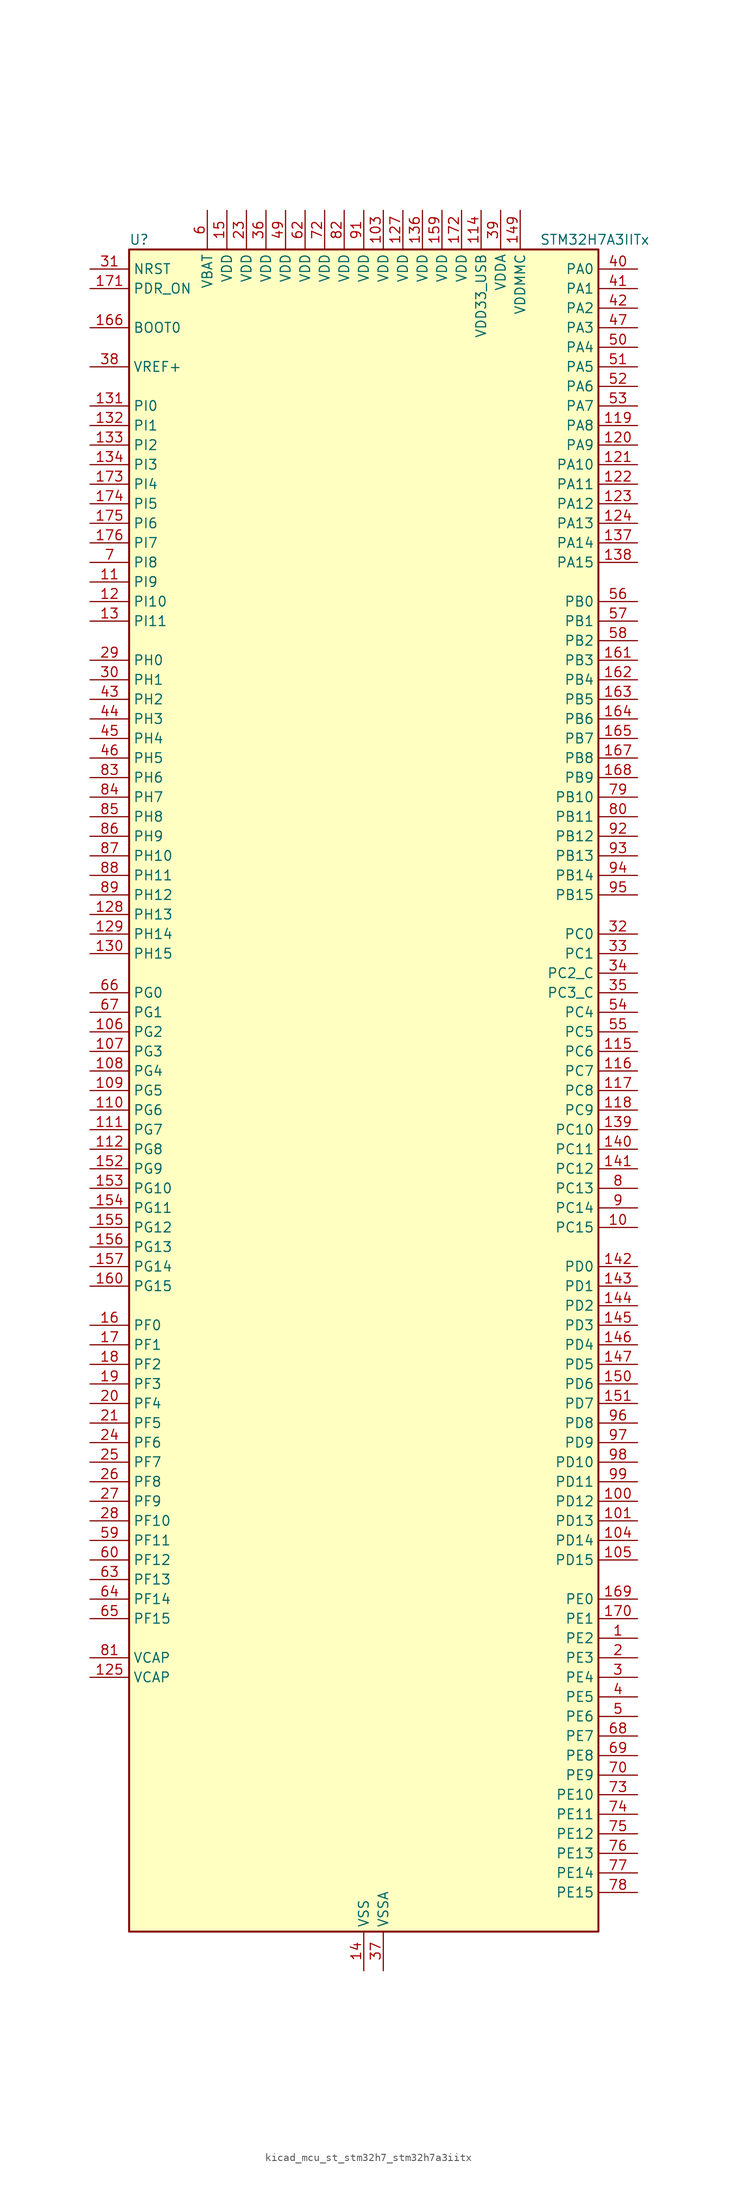
<source format=kicad_sym>
(kicad_symbol_lib
  (version 20220914)
  (generator kicad_symbol_editor)
  (symbol "kicad_mcu_st_stm32h7_stm32h7a3iitx"
    (property "Reference" "U"
      (at -30.48 110.49 0)
      (effects (font (size 1.27 1.27)) (justify left)))
    (property "Value" "STM32H7A3IITx"
      (at 22.86 110.49 0)
      (effects (font (size 1.27 1.27)) (justify left)))
    (property "ki_locked" ""
      (at 0 0 0)
      (effects (font (size 1.27 1.27))))
    (symbol "kicad_mcu_st_stm32h7_stm32h7a3iitx_0_1"
      (rectangle (start -30.48 -109.22) (end 30.48 109.22) (stroke (width 0.254) (type default)) (fill (type background))))
    (symbol "kicad_mcu_st_stm32h7_stm32h7a3iitx_1_1"
      (pin bidirectional line (at 35.56 -71.12 180) (length 5.08) (name "PE2" (effects (font (size 1.27 1.27)))) (number "1" (effects (font (size 1.27 1.27)))) (alternate "DEBUG_TRACECLK" bidirectional line) (alternate "FMC_A23" bidirectional line) (alternate "OCTOSPIM_P1_IO2" bidirectional line) (alternate "SAI1_CK1" bidirectional line) (alternate "SAI1_MCLK_A" bidirectional line) (alternate "SPI4_SCK" bidirectional line) (alternate "USART10_RX" bidirectional line))
      (pin bidirectional line (at 35.56 -17.78 180) (length 5.08) (name "PC15" (effects (font (size 1.27 1.27)))) (number "10" (effects (font (size 1.27 1.27)))) (alternate "ADC1_EXTI15" bidirectional line) (alternate "ADC2_EXTI15" bidirectional line) (alternate "RCC_OSC32_OUT" bidirectional line))
      (pin bidirectional line (at 35.56 -53.34 180) (length 5.08) (name "PD12" (effects (font (size 1.27 1.27)))) (number "100" (effects (font (size 1.27 1.27)))) (alternate "DCMI_D12" bidirectional line) (alternate "FMC_A17" bidirectional line) (alternate "FMC_ALE" bidirectional line) (alternate "I2C4_SCL" bidirectional line) (alternate "LPTIM1_IN1" bidirectional line) (alternate "LPTIM2_IN1" bidirectional line) (alternate "OCTOSPIM_P1_IO1" bidirectional line) (alternate "PSSI_D12" bidirectional line) (alternate "SAI2_FS_A" bidirectional line) (alternate "TIM4_CH1" bidirectional line) (alternate "USART3_DE" bidirectional line) (alternate "USART3_RTS" bidirectional line))
      (pin bidirectional line (at 35.56 -55.88 180) (length 5.08) (name "PD13" (effects (font (size 1.27 1.27)))) (number "101" (effects (font (size 1.27 1.27)))) (alternate "DCMI_D13" bidirectional line) (alternate "FMC_A18" bidirectional line) (alternate "I2C4_SDA" bidirectional line) (alternate "LPTIM1_OUT" bidirectional line) (alternate "OCTOSPIM_P1_IO3" bidirectional line) (alternate "PSSI_D13" bidirectional line) (alternate "SAI2_SCK_A" bidirectional line) (alternate "TIM4_CH2" bidirectional line) (alternate "UART9_DE" bidirectional line) (alternate "UART9_RTS" bidirectional line))
      (pin passive line (at 0 -114.3 90) (length 5.08) hide (name "VSS" (effects (font (size 1.27 1.27)))) (number "102" (effects (font (size 1.27 1.27)))))
      (pin power_in line (at 2.54 114.3 270) (length 5.08) (name "VDD" (effects (font (size 1.27 1.27)))) (number "103" (effects (font (size 1.27 1.27)))))
      (pin bidirectional line (at 35.56 -58.42 180) (length 5.08) (name "PD14" (effects (font (size 1.27 1.27)))) (number "104" (effects (font (size 1.27 1.27)))) (alternate "FMC_D0" bidirectional line) (alternate "FMC_DA0" bidirectional line) (alternate "TIM4_CH3" bidirectional line) (alternate "UART8_CTS" bidirectional line) (alternate "UART9_RX" bidirectional line))
      (pin bidirectional line (at 35.56 -60.96 180) (length 5.08) (name "PD15" (effects (font (size 1.27 1.27)))) (number "105" (effects (font (size 1.27 1.27)))) (alternate "ADC1_EXTI15" bidirectional line) (alternate "ADC2_EXTI15" bidirectional line) (alternate "FMC_D1" bidirectional line) (alternate "FMC_DA1" bidirectional line) (alternate "TIM4_CH4" bidirectional line) (alternate "UART8_DE" bidirectional line) (alternate "UART8_RTS" bidirectional line) (alternate "UART9_TX" bidirectional line))
      (pin bidirectional line (at -35.56 7.62 0) (length 5.08) (name "PG2" (effects (font (size 1.27 1.27)))) (number "106" (effects (font (size 1.27 1.27)))) (alternate "FMC_A12" bidirectional line) (alternate "TIM8_BKIN" bidirectional line) (alternate "TIM8_BKIN_COMP1" bidirectional line) (alternate "TIM8_BKIN_COMP2" bidirectional line))
      (pin bidirectional line (at -35.56 5.08 0) (length 5.08) (name "PG3" (effects (font (size 1.27 1.27)))) (number "107" (effects (font (size 1.27 1.27)))) (alternate "FMC_A13" bidirectional line) (alternate "TIM8_BKIN2" bidirectional line) (alternate "TIM8_BKIN2_COMP1" bidirectional line) (alternate "TIM8_BKIN2_COMP2" bidirectional line))
      (pin bidirectional line (at -35.56 2.54 0) (length 5.08) (name "PG4" (effects (font (size 1.27 1.27)))) (number "108" (effects (font (size 1.27 1.27)))) (alternate "FMC_A14" bidirectional line) (alternate "FMC_BA0" bidirectional line) (alternate "TIM1_BKIN2" bidirectional line) (alternate "TIM1_BKIN2_COMP1" bidirectional line) (alternate "TIM1_BKIN2_COMP2" bidirectional line))
      (pin bidirectional line (at -35.56 0 0) (length 5.08) (name "PG5" (effects (font (size 1.27 1.27)))) (number "109" (effects (font (size 1.27 1.27)))) (alternate "FMC_A15" bidirectional line) (alternate "FMC_BA1" bidirectional line) (alternate "TIM1_ETR" bidirectional line))
      (pin bidirectional line (at -35.56 66.04 0) (length 5.08) (name "PI9" (effects (font (size 1.27 1.27)))) (number "11" (effects (font (size 1.27 1.27)))) (alternate "DAC1_EXTI9" bidirectional line) (alternate "FDCAN1_RX" bidirectional line) (alternate "FMC_D30" bidirectional line) (alternate "LTDC_VSYNC" bidirectional line) (alternate "OCTOSPIM_P2_IO0" bidirectional line) (alternate "UART4_RX" bidirectional line))
      (pin bidirectional line (at -35.56 -2.54 0) (length 5.08) (name "PG6" (effects (font (size 1.27 1.27)))) (number "110" (effects (font (size 1.27 1.27)))) (alternate "DCMI_D12" bidirectional line) (alternate "FMC_NE3" bidirectional line) (alternate "LTDC_R7" bidirectional line) (alternate "OCTOSPIM_P1_NCS" bidirectional line) (alternate "PSSI_D12" bidirectional line) (alternate "TIM17_BKIN" bidirectional line))
      (pin bidirectional line (at -35.56 -5.08 0) (length 5.08) (name "PG7" (effects (font (size 1.27 1.27)))) (number "111" (effects (font (size 1.27 1.27)))) (alternate "DCMI_D13" bidirectional line) (alternate "FMC_INT" bidirectional line) (alternate "LTDC_CLK" bidirectional line) (alternate "OCTOSPIM_P2_DQS" bidirectional line) (alternate "PSSI_D13" bidirectional line) (alternate "SAI1_MCLK_A" bidirectional line) (alternate "USART6_CK" bidirectional line))
      (pin bidirectional line (at -35.56 -7.62 0) (length 5.08) (name "PG8" (effects (font (size 1.27 1.27)))) (number "112" (effects (font (size 1.27 1.27)))) (alternate "FMC_SDCLK" bidirectional line) (alternate "I2S6_WS" bidirectional line) (alternate "LTDC_G7" bidirectional line) (alternate "SPDIFRX_IN2" bidirectional line) (alternate "SPI6_NSS" bidirectional line) (alternate "TIM8_ETR" bidirectional line) (alternate "USART6_DE" bidirectional line) (alternate "USART6_RTS" bidirectional line))
      (pin passive line (at 0 -114.3 90) (length 5.08) hide (name "VSS" (effects (font (size 1.27 1.27)))) (number "113" (effects (font (size 1.27 1.27)))))
      (pin power_in line (at 15.24 114.3 270) (length 5.08) (name "VDD33_USB" (effects (font (size 1.27 1.27)))) (number "114" (effects (font (size 1.27 1.27)))))
      (pin bidirectional line (at 35.56 5.08 180) (length 5.08) (name "PC6" (effects (font (size 1.27 1.27)))) (number "115" (effects (font (size 1.27 1.27)))) (alternate "DCMI_D0" bidirectional line) (alternate "DFSDM1_CKIN3" bidirectional line) (alternate "FMC_NWAIT" bidirectional line) (alternate "I2S2_MCK" bidirectional line) (alternate "LTDC_HSYNC" bidirectional line) (alternate "PSSI_D0" bidirectional line) (alternate "SDMMC1_D0DIR" bidirectional line) (alternate "SDMMC1_D6" bidirectional line) (alternate "SDMMC2_D6" bidirectional line) (alternate "SWPMI1_IO" bidirectional line) (alternate "TIM3_CH1" bidirectional line) (alternate "TIM8_CH1" bidirectional line) (alternate "USART6_TX" bidirectional line))
      (pin bidirectional line (at 35.56 2.54 180) (length 5.08) (name "PC7" (effects (font (size 1.27 1.27)))) (number "116" (effects (font (size 1.27 1.27)))) (alternate "DCMI_D1" bidirectional line) (alternate "DEBUG_TRGIO" bidirectional line) (alternate "DFSDM1_DATIN3" bidirectional line) (alternate "FMC_NE1" bidirectional line) (alternate "I2S3_MCK" bidirectional line) (alternate "LTDC_G6" bidirectional line) (alternate "PSSI_D1" bidirectional line) (alternate "SDMMC1_D123DIR" bidirectional line) (alternate "SDMMC1_D7" bidirectional line) (alternate "SDMMC2_D7" bidirectional line) (alternate "SWPMI1_TX" bidirectional line) (alternate "TIM3_CH2" bidirectional line) (alternate "TIM8_CH2" bidirectional line) (alternate "USART6_RX" bidirectional line))
      (pin bidirectional line (at 35.56 0 180) (length 5.08) (name "PC8" (effects (font (size 1.27 1.27)))) (number "117" (effects (font (size 1.27 1.27)))) (alternate "DCMI_D2" bidirectional line) (alternate "DEBUG_TRACED1" bidirectional line) (alternate "FMC_INT" bidirectional line) (alternate "FMC_NCE" bidirectional line) (alternate "FMC_NE2" bidirectional line) (alternate "PSSI_D2" bidirectional line) (alternate "SDMMC1_D0" bidirectional line) (alternate "SWPMI1_RX" bidirectional line) (alternate "TIM3_CH3" bidirectional line) (alternate "TIM8_CH3" bidirectional line) (alternate "UART5_DE" bidirectional line) (alternate "UART5_RTS" bidirectional line) (alternate "USART6_CK" bidirectional line))
      (pin bidirectional line (at 35.56 -2.54 180) (length 5.08) (name "PC9" (effects (font (size 1.27 1.27)))) (number "118" (effects (font (size 1.27 1.27)))) (alternate "DAC1_EXTI9" bidirectional line) (alternate "DCMI_D3" bidirectional line) (alternate "I2C3_SDA" bidirectional line) (alternate "I2S_CKIN" bidirectional line) (alternate "LTDC_B2" bidirectional line) (alternate "LTDC_G3" bidirectional line) (alternate "OCTOSPIM_P1_IO0" bidirectional line) (alternate "PSSI_D3" bidirectional line) (alternate "RCC_MCO_2" bidirectional line) (alternate "SDMMC1_D1" bidirectional line) (alternate "SWPMI1_SUSPEND" bidirectional line) (alternate "TIM3_CH4" bidirectional line) (alternate "TIM8_CH4" bidirectional line) (alternate "UART5_CTS" bidirectional line))
      (pin bidirectional line (at 35.56 86.36 180) (length 5.08) (name "PA8" (effects (font (size 1.27 1.27)))) (number "119" (effects (font (size 1.27 1.27)))) (alternate "I2C3_SCL" bidirectional line) (alternate "LTDC_B3" bidirectional line) (alternate "LTDC_R6" bidirectional line) (alternate "RCC_MCO_1" bidirectional line) (alternate "TIM1_CH1" bidirectional line) (alternate "TIM8_BKIN2" bidirectional line) (alternate "TIM8_BKIN2_COMP1" bidirectional line) (alternate "TIM8_BKIN2_COMP2" bidirectional line) (alternate "UART7_RX" bidirectional line) (alternate "USART1_CK" bidirectional line) (alternate "USB_OTG_HS_SOF" bidirectional line))
      (pin bidirectional line (at -35.56 63.5 0) (length 5.08) (name "PI10" (effects (font (size 1.27 1.27)))) (number "12" (effects (font (size 1.27 1.27)))) (alternate "FMC_D31" bidirectional line) (alternate "LTDC_HSYNC" bidirectional line) (alternate "OCTOSPIM_P2_IO1" bidirectional line) (alternate "PSSI_D14" bidirectional line))
      (pin bidirectional line (at 35.56 83.82 180) (length 5.08) (name "PA9" (effects (font (size 1.27 1.27)))) (number "120" (effects (font (size 1.27 1.27)))) (alternate "DAC1_EXTI9" bidirectional line) (alternate "DCMI_D0" bidirectional line) (alternate "I2C3_SMBA" bidirectional line) (alternate "I2S2_CK" bidirectional line) (alternate "LPUART1_TX" bidirectional line) (alternate "LTDC_R5" bidirectional line) (alternate "PSSI_D0" bidirectional line) (alternate "SPI2_SCK" bidirectional line) (alternate "TIM1_CH2" bidirectional line) (alternate "USART1_TX" bidirectional line) (alternate "USB_OTG_HS_VBUS" bidirectional line))
      (pin bidirectional line (at 35.56 81.28 180) (length 5.08) (name "PA10" (effects (font (size 1.27 1.27)))) (number "121" (effects (font (size 1.27 1.27)))) (alternate "DCMI_D1" bidirectional line) (alternate "LPUART1_RX" bidirectional line) (alternate "LTDC_B1" bidirectional line) (alternate "LTDC_B4" bidirectional line) (alternate "MDIOS_MDIO" bidirectional line) (alternate "PSSI_D1" bidirectional line) (alternate "TIM1_CH3" bidirectional line) (alternate "USART1_RX" bidirectional line) (alternate "USB_OTG_HS_ID" bidirectional line))
      (pin bidirectional line (at 35.56 78.74 180) (length 5.08) (name "PA11" (effects (font (size 1.27 1.27)))) (number "122" (effects (font (size 1.27 1.27)))) (alternate "ADC1_EXTI11" bidirectional line) (alternate "ADC2_EXTI11" bidirectional line) (alternate "FDCAN1_RX" bidirectional line) (alternate "I2S2_WS" bidirectional line) (alternate "LPUART1_CTS" bidirectional line) (alternate "LTDC_R4" bidirectional line) (alternate "SPI2_NSS" bidirectional line) (alternate "TIM1_CH4" bidirectional line) (alternate "UART4_RX" bidirectional line) (alternate "USART1_CTS" bidirectional line) (alternate "USART1_NSS" bidirectional line) (alternate "USB_OTG_HS_DM" bidirectional line))
      (pin bidirectional line (at 35.56 76.2 180) (length 5.08) (name "PA12" (effects (font (size 1.27 1.27)))) (number "123" (effects (font (size 1.27 1.27)))) (alternate "FDCAN1_TX" bidirectional line) (alternate "I2S2_CK" bidirectional line) (alternate "LPUART1_DE" bidirectional line) (alternate "LPUART1_RTS" bidirectional line) (alternate "LTDC_R5" bidirectional line) (alternate "SAI2_FS_B" bidirectional line) (alternate "SPI2_SCK" bidirectional line) (alternate "TIM1_ETR" bidirectional line) (alternate "UART4_TX" bidirectional line) (alternate "USART1_DE" bidirectional line) (alternate "USART1_RTS" bidirectional line) (alternate "USB_OTG_HS_DP" bidirectional line))
      (pin bidirectional line (at 35.56 73.66 180) (length 5.08) (name "PA13" (effects (font (size 1.27 1.27)))) (number "124" (effects (font (size 1.27 1.27)))) (alternate "DEBUG_JTMS-SWDIO" bidirectional line))
      (pin power_out line (at -35.56 -76.2 0) (length 5.08) (name "VCAP" (effects (font (size 1.27 1.27)))) (number "125" (effects (font (size 1.27 1.27)))))
      (pin passive line (at 0 -114.3 90) (length 5.08) hide (name "VSS" (effects (font (size 1.27 1.27)))) (number "126" (effects (font (size 1.27 1.27)))))
      (pin power_in line (at 5.08 114.3 270) (length 5.08) (name "VDD" (effects (font (size 1.27 1.27)))) (number "127" (effects (font (size 1.27 1.27)))))
      (pin bidirectional line (at -35.56 22.86 0) (length 5.08) (name "PH13" (effects (font (size 1.27 1.27)))) (number "128" (effects (font (size 1.27 1.27)))) (alternate "FDCAN1_TX" bidirectional line) (alternate "FMC_D21" bidirectional line) (alternate "LTDC_G2" bidirectional line) (alternate "TIM8_CH1N" bidirectional line) (alternate "UART4_TX" bidirectional line))
      (pin bidirectional line (at -35.56 20.32 0) (length 5.08) (name "PH14" (effects (font (size 1.27 1.27)))) (number "129" (effects (font (size 1.27 1.27)))) (alternate "DCMI_D4" bidirectional line) (alternate "FDCAN1_RX" bidirectional line) (alternate "FMC_D22" bidirectional line) (alternate "LTDC_G3" bidirectional line) (alternate "PSSI_D4" bidirectional line) (alternate "TIM8_CH2N" bidirectional line) (alternate "UART4_RX" bidirectional line))
      (pin bidirectional line (at -35.56 60.96 0) (length 5.08) (name "PI11" (effects (font (size 1.27 1.27)))) (number "13" (effects (font (size 1.27 1.27)))) (alternate "ADC1_EXTI11" bidirectional line) (alternate "ADC2_EXTI11" bidirectional line) (alternate "LTDC_G6" bidirectional line) (alternate "OCTOSPIM_P2_IO2" bidirectional line) (alternate "PSSI_D15" bidirectional line) (alternate "PWR_WKUP5" bidirectional line) (alternate "USB_OTG_HS_ULPI_DIR" bidirectional line))
      (pin bidirectional line (at -35.56 17.78 0) (length 5.08) (name "PH15" (effects (font (size 1.27 1.27)))) (number "130" (effects (font (size 1.27 1.27)))) (alternate "ADC1_EXTI15" bidirectional line) (alternate "ADC2_EXTI15" bidirectional line) (alternate "DCMI_D11" bidirectional line) (alternate "FMC_D23" bidirectional line) (alternate "LTDC_G4" bidirectional line) (alternate "PSSI_D11" bidirectional line) (alternate "TIM8_CH3N" bidirectional line))
      (pin bidirectional line (at -35.56 88.9 0) (length 5.08) (name "PI0" (effects (font (size 1.27 1.27)))) (number "131" (effects (font (size 1.27 1.27)))) (alternate "DCMI_D13" bidirectional line) (alternate "FMC_D24" bidirectional line) (alternate "I2S2_WS" bidirectional line) (alternate "LTDC_G5" bidirectional line) (alternate "PSSI_D13" bidirectional line) (alternate "SPI2_NSS" bidirectional line) (alternate "TIM5_CH4" bidirectional line))
      (pin bidirectional line (at -35.56 86.36 0) (length 5.08) (name "PI1" (effects (font (size 1.27 1.27)))) (number "132" (effects (font (size 1.27 1.27)))) (alternate "DCMI_D8" bidirectional line) (alternate "FMC_D25" bidirectional line) (alternate "I2S2_CK" bidirectional line) (alternate "LTDC_G6" bidirectional line) (alternate "PSSI_D8" bidirectional line) (alternate "SPI2_SCK" bidirectional line) (alternate "TIM8_BKIN2" bidirectional line) (alternate "TIM8_BKIN2_COMP1" bidirectional line) (alternate "TIM8_BKIN2_COMP2" bidirectional line))
      (pin bidirectional line (at -35.56 83.82 0) (length 5.08) (name "PI2" (effects (font (size 1.27 1.27)))) (number "133" (effects (font (size 1.27 1.27)))) (alternate "DCMI_D9" bidirectional line) (alternate "FMC_D26" bidirectional line) (alternate "I2S2_SDI" bidirectional line) (alternate "LTDC_G7" bidirectional line) (alternate "PSSI_D9" bidirectional line) (alternate "SPI2_MISO" bidirectional line) (alternate "TIM8_CH4" bidirectional line))
      (pin bidirectional line (at -35.56 81.28 0) (length 5.08) (name "PI3" (effects (font (size 1.27 1.27)))) (number "134" (effects (font (size 1.27 1.27)))) (alternate "DCMI_D10" bidirectional line) (alternate "FMC_D27" bidirectional line) (alternate "I2S2_SDO" bidirectional line) (alternate "PSSI_D10" bidirectional line) (alternate "SPI2_MOSI" bidirectional line) (alternate "TIM8_ETR" bidirectional line))
      (pin passive line (at 0 -114.3 90) (length 5.08) hide (name "VSS" (effects (font (size 1.27 1.27)))) (number "135" (effects (font (size 1.27 1.27)))))
      (pin power_in line (at 7.62 114.3 270) (length 5.08) (name "VDD" (effects (font (size 1.27 1.27)))) (number "136" (effects (font (size 1.27 1.27)))))
      (pin bidirectional line (at 35.56 71.12 180) (length 5.08) (name "PA14" (effects (font (size 1.27 1.27)))) (number "137" (effects (font (size 1.27 1.27)))) (alternate "DEBUG_JTCK-SWCLK" bidirectional line))
      (pin bidirectional line (at 35.56 68.58 180) (length 5.08) (name "PA15" (effects (font (size 1.27 1.27)))) (number "138" (effects (font (size 1.27 1.27)))) (alternate "ADC1_EXTI15" bidirectional line) (alternate "ADC2_EXTI15" bidirectional line) (alternate "CEC" bidirectional line) (alternate "DEBUG_JTDI" bidirectional line) (alternate "I2S1_WS" bidirectional line) (alternate "I2S3_WS" bidirectional line) (alternate "I2S6_WS" bidirectional line) (alternate "LTDC_B6" bidirectional line) (alternate "LTDC_R3" bidirectional line) (alternate "SPI1_NSS" bidirectional line) (alternate "SPI3_NSS" bidirectional line) (alternate "SPI6_NSS" bidirectional line) (alternate "TIM2_CH1" bidirectional line) (alternate "TIM2_ETR" bidirectional line) (alternate "UART4_DE" bidirectional line) (alternate "UART4_RTS" bidirectional line) (alternate "UART7_TX" bidirectional line))
      (pin bidirectional line (at 35.56 -5.08 180) (length 5.08) (name "PC10" (effects (font (size 1.27 1.27)))) (number "139" (effects (font (size 1.27 1.27)))) (alternate "DCMI_D8" bidirectional line) (alternate "DFSDM1_CKIN5" bidirectional line) (alternate "DFSDM2_CKIN0" bidirectional line) (alternate "I2S3_CK" bidirectional line) (alternate "LTDC_B1" bidirectional line) (alternate "LTDC_R2" bidirectional line) (alternate "OCTOSPIM_P1_IO1" bidirectional line) (alternate "PSSI_D8" bidirectional line) (alternate "SDMMC1_D2" bidirectional line) (alternate "SPI3_SCK" bidirectional line) (alternate "SWPMI1_RX" bidirectional line) (alternate "UART4_TX" bidirectional line) (alternate "USART3_TX" bidirectional line))
      (pin power_in line (at 0 -114.3 90) (length 5.08) (name "VSS" (effects (font (size 1.27 1.27)))) (number "14" (effects (font (size 1.27 1.27)))))
      (pin bidirectional line (at 35.56 -7.62 180) (length 5.08) (name "PC11" (effects (font (size 1.27 1.27)))) (number "140" (effects (font (size 1.27 1.27)))) (alternate "ADC1_EXTI11" bidirectional line) (alternate "ADC2_EXTI11" bidirectional line) (alternate "DCMI_D4" bidirectional line) (alternate "DFSDM1_DATIN5" bidirectional line) (alternate "DFSDM2_DATIN0" bidirectional line) (alternate "I2S3_SDI" bidirectional line) (alternate "LTDC_B4" bidirectional line) (alternate "OCTOSPIM_P1_NCS" bidirectional line) (alternate "PSSI_D4" bidirectional line) (alternate "SDMMC1_D3" bidirectional line) (alternate "SPI3_MISO" bidirectional line) (alternate "UART4_RX" bidirectional line) (alternate "USART3_RX" bidirectional line))
      (pin bidirectional line (at 35.56 -10.16 180) (length 5.08) (name "PC12" (effects (font (size 1.27 1.27)))) (number "141" (effects (font (size 1.27 1.27)))) (alternate "DCMI_D9" bidirectional line) (alternate "DEBUG_TRACED3" bidirectional line) (alternate "DFSDM2_CKOUT" bidirectional line) (alternate "I2S3_SDO" bidirectional line) (alternate "I2S6_CK" bidirectional line) (alternate "LTDC_R6" bidirectional line) (alternate "PSSI_D9" bidirectional line) (alternate "SDMMC1_CK" bidirectional line) (alternate "SPI3_MOSI" bidirectional line) (alternate "SPI6_SCK" bidirectional line) (alternate "TIM15_CH1" bidirectional line) (alternate "UART5_TX" bidirectional line) (alternate "USART3_CK" bidirectional line))
      (pin bidirectional line (at 35.56 -22.86 180) (length 5.08) (name "PD0" (effects (font (size 1.27 1.27)))) (number "142" (effects (font (size 1.27 1.27)))) (alternate "DFSDM1_CKIN6" bidirectional line) (alternate "FDCAN1_RX" bidirectional line) (alternate "FMC_D2" bidirectional line) (alternate "FMC_DA2" bidirectional line) (alternate "LTDC_B1" bidirectional line) (alternate "UART4_RX" bidirectional line) (alternate "UART9_CTS" bidirectional line))
      (pin bidirectional line (at 35.56 -25.4 180) (length 5.08) (name "PD1" (effects (font (size 1.27 1.27)))) (number "143" (effects (font (size 1.27 1.27)))) (alternate "DFSDM1_DATIN6" bidirectional line) (alternate "FDCAN1_TX" bidirectional line) (alternate "FMC_D3" bidirectional line) (alternate "FMC_DA3" bidirectional line) (alternate "UART4_TX" bidirectional line))
      (pin bidirectional line (at 35.56 -27.94 180) (length 5.08) (name "PD2" (effects (font (size 1.27 1.27)))) (number "144" (effects (font (size 1.27 1.27)))) (alternate "DCMI_D11" bidirectional line) (alternate "DEBUG_TRACED2" bidirectional line) (alternate "LTDC_B2" bidirectional line) (alternate "LTDC_B7" bidirectional line) (alternate "PSSI_D11" bidirectional line) (alternate "SDMMC1_CMD" bidirectional line) (alternate "TIM15_BKIN" bidirectional line) (alternate "TIM3_ETR" bidirectional line) (alternate "UART5_RX" bidirectional line))
      (pin bidirectional line (at 35.56 -30.48 180) (length 5.08) (name "PD3" (effects (font (size 1.27 1.27)))) (number "145" (effects (font (size 1.27 1.27)))) (alternate "DCMI_D5" bidirectional line) (alternate "DFSDM1_CKOUT" bidirectional line) (alternate "FMC_CLK" bidirectional line) (alternate "I2S2_CK" bidirectional line) (alternate "LTDC_G7" bidirectional line) (alternate "PSSI_D5" bidirectional line) (alternate "SPI2_SCK" bidirectional line) (alternate "USART2_CTS" bidirectional line) (alternate "USART2_NSS" bidirectional line))
      (pin bidirectional line (at 35.56 -33.02 180) (length 5.08) (name "PD4" (effects (font (size 1.27 1.27)))) (number "146" (effects (font (size 1.27 1.27)))) (alternate "FMC_NOE" bidirectional line) (alternate "OCTOSPIM_P1_IO4" bidirectional line) (alternate "USART2_DE" bidirectional line) (alternate "USART2_RTS" bidirectional line))
      (pin bidirectional line (at 35.56 -35.56 180) (length 5.08) (name "PD5" (effects (font (size 1.27 1.27)))) (number "147" (effects (font (size 1.27 1.27)))) (alternate "FMC_NWE" bidirectional line) (alternate "OCTOSPIM_P1_IO5" bidirectional line) (alternate "USART2_TX" bidirectional line))
      (pin passive line (at 0 -114.3 90) (length 5.08) hide (name "VSS" (effects (font (size 1.27 1.27)))) (number "148" (effects (font (size 1.27 1.27)))))
      (pin power_in line (at 20.32 114.3 270) (length 5.08) (name "VDDMMC" (effects (font (size 1.27 1.27)))) (number "149" (effects (font (size 1.27 1.27)))))
      (pin power_in line (at -17.78 114.3 270) (length 5.08) (name "VDD" (effects (font (size 1.27 1.27)))) (number "15" (effects (font (size 1.27 1.27)))))
      (pin bidirectional line (at 35.56 -38.1 180) (length 5.08) (name "PD6" (effects (font (size 1.27 1.27)))) (number "150" (effects (font (size 1.27 1.27)))) (alternate "DCMI_D10" bidirectional line) (alternate "DFSDM1_CKIN4" bidirectional line) (alternate "DFSDM1_DATIN1" bidirectional line) (alternate "FMC_NWAIT" bidirectional line) (alternate "I2S3_SDO" bidirectional line) (alternate "LTDC_B2" bidirectional line) (alternate "OCTOSPIM_P1_IO6" bidirectional line) (alternate "PSSI_D10" bidirectional line) (alternate "SAI1_D1" bidirectional line) (alternate "SAI1_SD_A" bidirectional line) (alternate "SDMMC2_CK" bidirectional line) (alternate "SPI3_MOSI" bidirectional line) (alternate "USART2_RX" bidirectional line))
      (pin bidirectional line (at 35.56 -40.64 180) (length 5.08) (name "PD7" (effects (font (size 1.27 1.27)))) (number "151" (effects (font (size 1.27 1.27)))) (alternate "DFSDM1_CKIN1" bidirectional line) (alternate "DFSDM1_DATIN4" bidirectional line) (alternate "FMC_NE1" bidirectional line) (alternate "I2S1_SDO" bidirectional line) (alternate "OCTOSPIM_P1_IO7" bidirectional line) (alternate "SDMMC2_CMD" bidirectional line) (alternate "SPDIFRX_IN0" bidirectional line) (alternate "SPI1_MOSI" bidirectional line) (alternate "USART2_CK" bidirectional line))
      (pin bidirectional line (at -35.56 -10.16 0) (length 5.08) (name "PG9" (effects (font (size 1.27 1.27)))) (number "152" (effects (font (size 1.27 1.27)))) (alternate "DAC1_EXTI9" bidirectional line) (alternate "DCMI_VSYNC" bidirectional line) (alternate "FMC_NCE" bidirectional line) (alternate "FMC_NE2" bidirectional line) (alternate "I2S1_SDI" bidirectional line) (alternate "OCTOSPIM_P1_IO6" bidirectional line) (alternate "PSSI_RDY" bidirectional line) (alternate "SAI2_FS_B" bidirectional line) (alternate "SDMMC2_D0" bidirectional line) (alternate "SPDIFRX_IN3" bidirectional line) (alternate "SPI1_MISO" bidirectional line) (alternate "USART6_RX" bidirectional line))
      (pin bidirectional line (at -35.56 -12.7 0) (length 5.08) (name "PG10" (effects (font (size 1.27 1.27)))) (number "153" (effects (font (size 1.27 1.27)))) (alternate "DCMI_D2" bidirectional line) (alternate "FMC_NE3" bidirectional line) (alternate "I2S1_WS" bidirectional line) (alternate "LTDC_B2" bidirectional line) (alternate "LTDC_G3" bidirectional line) (alternate "OCTOSPIM_P2_IO6" bidirectional line) (alternate "PSSI_D2" bidirectional line) (alternate "SAI2_SD_B" bidirectional line) (alternate "SDMMC2_D1" bidirectional line) (alternate "SPI1_NSS" bidirectional line))
      (pin bidirectional line (at -35.56 -15.24 0) (length 5.08) (name "PG11" (effects (font (size 1.27 1.27)))) (number "154" (effects (font (size 1.27 1.27)))) (alternate "ADC1_EXTI11" bidirectional line) (alternate "ADC2_EXTI11" bidirectional line) (alternate "DCMI_D3" bidirectional line) (alternate "I2S1_CK" bidirectional line) (alternate "LPTIM1_IN2" bidirectional line) (alternate "LTDC_B3" bidirectional line) (alternate "OCTOSPIM_P2_IO7" bidirectional line) (alternate "PSSI_D3" bidirectional line) (alternate "SDMMC2_D2" bidirectional line) (alternate "SPDIFRX_IN0" bidirectional line) (alternate "SPI1_SCK" bidirectional line) (alternate "USART10_RX" bidirectional line))
      (pin bidirectional line (at -35.56 -17.78 0) (length 5.08) (name "PG12" (effects (font (size 1.27 1.27)))) (number "155" (effects (font (size 1.27 1.27)))) (alternate "FMC_NE4" bidirectional line) (alternate "I2S6_SDI" bidirectional line) (alternate "LPTIM1_IN1" bidirectional line) (alternate "LTDC_B1" bidirectional line) (alternate "LTDC_B4" bidirectional line) (alternate "OCTOSPIM_P2_NCS" bidirectional line) (alternate "SDMMC2_D3" bidirectional line) (alternate "SPDIFRX_IN1" bidirectional line) (alternate "SPI6_MISO" bidirectional line) (alternate "USART10_TX" bidirectional line) (alternate "USART6_DE" bidirectional line) (alternate "USART6_RTS" bidirectional line))
      (pin bidirectional line (at -35.56 -20.32 0) (length 5.08) (name "PG13" (effects (font (size 1.27 1.27)))) (number "156" (effects (font (size 1.27 1.27)))) (alternate "DEBUG_TRACED0" bidirectional line) (alternate "FMC_A24" bidirectional line) (alternate "I2S6_CK" bidirectional line) (alternate "LPTIM1_OUT" bidirectional line) (alternate "LTDC_R0" bidirectional line) (alternate "SDMMC2_D6" bidirectional line) (alternate "SPI6_SCK" bidirectional line) (alternate "USART10_CTS" bidirectional line) (alternate "USART10_NSS" bidirectional line) (alternate "USART6_CTS" bidirectional line) (alternate "USART6_NSS" bidirectional line))
      (pin bidirectional line (at -35.56 -22.86 0) (length 5.08) (name "PG14" (effects (font (size 1.27 1.27)))) (number "157" (effects (font (size 1.27 1.27)))) (alternate "DEBUG_TRACED1" bidirectional line) (alternate "FMC_A25" bidirectional line) (alternate "I2S6_SDO" bidirectional line) (alternate "LPTIM1_ETR" bidirectional line) (alternate "LTDC_B0" bidirectional line) (alternate "OCTOSPIM_P1_IO7" bidirectional line) (alternate "SDMMC2_D7" bidirectional line) (alternate "SPI6_MOSI" bidirectional line) (alternate "USART10_DE" bidirectional line) (alternate "USART10_RTS" bidirectional line) (alternate "USART6_TX" bidirectional line))
      (pin passive line (at 0 -114.3 90) (length 5.08) hide (name "VSS" (effects (font (size 1.27 1.27)))) (number "158" (effects (font (size 1.27 1.27)))))
      (pin power_in line (at 10.16 114.3 270) (length 5.08) (name "VDD" (effects (font (size 1.27 1.27)))) (number "159" (effects (font (size 1.27 1.27)))))
      (pin bidirectional line (at -35.56 -30.48 0) (length 5.08) (name "PF0" (effects (font (size 1.27 1.27)))) (number "16" (effects (font (size 1.27 1.27)))) (alternate "FMC_A0" bidirectional line) (alternate "I2C2_SDA" bidirectional line) (alternate "OCTOSPIM_P2_IO0" bidirectional line))
      (pin bidirectional line (at -35.56 -25.4 0) (length 5.08) (name "PG15" (effects (font (size 1.27 1.27)))) (number "160" (effects (font (size 1.27 1.27)))) (alternate "ADC1_EXTI15" bidirectional line) (alternate "ADC2_EXTI15" bidirectional line) (alternate "DCMI_D13" bidirectional line) (alternate "FMC_SDNCAS" bidirectional line) (alternate "OCTOSPIM_P2_DQS" bidirectional line) (alternate "PSSI_D13" bidirectional line) (alternate "USART10_CK" bidirectional line) (alternate "USART6_CTS" bidirectional line) (alternate "USART6_NSS" bidirectional line))
      (pin bidirectional line (at 35.56 55.88 180) (length 5.08) (name "PB3" (effects (font (size 1.27 1.27)))) (number "161" (effects (font (size 1.27 1.27)))) (alternate "CRS_SYNC" bidirectional line) (alternate "DEBUG_JTDO-SWO" bidirectional line) (alternate "I2S1_CK" bidirectional line) (alternate "I2S3_CK" bidirectional line) (alternate "I2S6_CK" bidirectional line) (alternate "SDMMC2_D2" bidirectional line) (alternate "SPI1_SCK" bidirectional line) (alternate "SPI3_SCK" bidirectional line) (alternate "SPI6_SCK" bidirectional line) (alternate "TIM2_CH2" bidirectional line) (alternate "UART7_RX" bidirectional line))
      (pin bidirectional line (at 35.56 53.34 180) (length 5.08) (name "PB4" (effects (font (size 1.27 1.27)))) (number "162" (effects (font (size 1.27 1.27)))) (alternate "DEBUG_JTRST" bidirectional line) (alternate "I2S1_SDI" bidirectional line) (alternate "I2S2_WS" bidirectional line) (alternate "I2S3_SDI" bidirectional line) (alternate "I2S6_SDI" bidirectional line) (alternate "SDMMC2_D3" bidirectional line) (alternate "SPI1_MISO" bidirectional line) (alternate "SPI2_NSS" bidirectional line) (alternate "SPI3_MISO" bidirectional line) (alternate "SPI6_MISO" bidirectional line) (alternate "TIM16_BKIN" bidirectional line) (alternate "TIM3_CH1" bidirectional line) (alternate "UART7_TX" bidirectional line))
      (pin bidirectional line (at 35.56 50.8 180) (length 5.08) (name "PB5" (effects (font (size 1.27 1.27)))) (number "163" (effects (font (size 1.27 1.27)))) (alternate "DCMI_D10" bidirectional line) (alternate "FDCAN2_RX" bidirectional line) (alternate "FMC_SDCKE1" bidirectional line) (alternate "I2C1_SMBA" bidirectional line) (alternate "I2C4_SMBA" bidirectional line) (alternate "I2S1_SDO" bidirectional line) (alternate "I2S3_SDO" bidirectional line) (alternate "I2S6_SDO" bidirectional line) (alternate "LTDC_B5" bidirectional line) (alternate "PSSI_D10" bidirectional line) (alternate "SPI1_MOSI" bidirectional line) (alternate "SPI3_MOSI" bidirectional line) (alternate "SPI6_MOSI" bidirectional line) (alternate "TIM17_BKIN" bidirectional line) (alternate "TIM3_CH2" bidirectional line) (alternate "UART5_RX" bidirectional line) (alternate "USB_OTG_HS_ULPI_D7" bidirectional line))
      (pin bidirectional line (at 35.56 48.26 180) (length 5.08) (name "PB6" (effects (font (size 1.27 1.27)))) (number "164" (effects (font (size 1.27 1.27)))) (alternate "CEC" bidirectional line) (alternate "DCMI_D5" bidirectional line) (alternate "DFSDM1_DATIN5" bidirectional line) (alternate "FDCAN2_TX" bidirectional line) (alternate "FMC_SDNE1" bidirectional line) (alternate "I2C1_SCL" bidirectional line) (alternate "I2C4_SCL" bidirectional line) (alternate "LPUART1_TX" bidirectional line) (alternate "OCTOSPIM_P1_NCS" bidirectional line) (alternate "PSSI_D5" bidirectional line) (alternate "TIM16_CH1N" bidirectional line) (alternate "TIM4_CH1" bidirectional line) (alternate "UART5_TX" bidirectional line) (alternate "USART1_TX" bidirectional line))
      (pin bidirectional line (at 35.56 45.72 180) (length 5.08) (name "PB7" (effects (font (size 1.27 1.27)))) (number "165" (effects (font (size 1.27 1.27)))) (alternate "DCMI_VSYNC" bidirectional line) (alternate "DFSDM1_CKIN5" bidirectional line) (alternate "FMC_NL" bidirectional line) (alternate "I2C1_SDA" bidirectional line) (alternate "I2C4_SDA" bidirectional line) (alternate "LPUART1_RX" bidirectional line) (alternate "PSSI_RDY" bidirectional line) (alternate "PWR_PVD_IN" bidirectional line) (alternate "TIM17_CH1N" bidirectional line) (alternate "TIM4_CH2" bidirectional line) (alternate "USART1_RX" bidirectional line))
      (pin input line (at -35.56 99.06 0) (length 5.08) (name "BOOT0" (effects (font (size 1.27 1.27)))) (number "166" (effects (font (size 1.27 1.27)))))
      (pin bidirectional line (at 35.56 43.18 180) (length 5.08) (name "PB8" (effects (font (size 1.27 1.27)))) (number "167" (effects (font (size 1.27 1.27)))) (alternate "DCMI_D6" bidirectional line) (alternate "DFSDM1_CKIN7" bidirectional line) (alternate "FDCAN1_RX" bidirectional line) (alternate "I2C1_SCL" bidirectional line) (alternate "I2C4_SCL" bidirectional line) (alternate "LTDC_B6" bidirectional line) (alternate "PSSI_D6" bidirectional line) (alternate "SDMMC1_CKIN" bidirectional line) (alternate "SDMMC1_D4" bidirectional line) (alternate "SDMMC2_D4" bidirectional line) (alternate "TIM16_CH1" bidirectional line) (alternate "TIM4_CH3" bidirectional line) (alternate "UART4_RX" bidirectional line))
      (pin bidirectional line (at 35.56 40.64 180) (length 5.08) (name "PB9" (effects (font (size 1.27 1.27)))) (number "168" (effects (font (size 1.27 1.27)))) (alternate "DAC1_EXTI9" bidirectional line) (alternate "DCMI_D7" bidirectional line) (alternate "DFSDM1_DATIN7" bidirectional line) (alternate "FDCAN1_TX" bidirectional line) (alternate "I2C1_SDA" bidirectional line) (alternate "I2C4_SDA" bidirectional line) (alternate "I2C4_SMBA" bidirectional line) (alternate "I2S2_WS" bidirectional line) (alternate "LTDC_B7" bidirectional line) (alternate "PSSI_D7" bidirectional line) (alternate "SDMMC1_CDIR" bidirectional line) (alternate "SDMMC1_D5" bidirectional line) (alternate "SDMMC2_D5" bidirectional line) (alternate "SPI2_NSS" bidirectional line) (alternate "TIM17_CH1" bidirectional line) (alternate "TIM4_CH4" bidirectional line) (alternate "UART4_TX" bidirectional line))
      (pin bidirectional line (at 35.56 -66.04 180) (length 5.08) (name "PE0" (effects (font (size 1.27 1.27)))) (number "169" (effects (font (size 1.27 1.27)))) (alternate "DCMI_D2" bidirectional line) (alternate "FMC_NBL0" bidirectional line) (alternate "LPTIM1_ETR" bidirectional line) (alternate "LPTIM2_ETR" bidirectional line) (alternate "LTDC_R0" bidirectional line) (alternate "PSSI_D2" bidirectional line) (alternate "SAI2_MCLK_A" bidirectional line) (alternate "TIM4_ETR" bidirectional line) (alternate "UART8_RX" bidirectional line))
      (pin bidirectional line (at -35.56 -33.02 0) (length 5.08) (name "PF1" (effects (font (size 1.27 1.27)))) (number "17" (effects (font (size 1.27 1.27)))) (alternate "FMC_A1" bidirectional line) (alternate "I2C2_SCL" bidirectional line) (alternate "OCTOSPIM_P2_IO1" bidirectional line))
      (pin bidirectional line (at 35.56 -68.58 180) (length 5.08) (name "PE1" (effects (font (size 1.27 1.27)))) (number "170" (effects (font (size 1.27 1.27)))) (alternate "DCMI_D3" bidirectional line) (alternate "FMC_NBL1" bidirectional line) (alternate "LPTIM1_IN2" bidirectional line) (alternate "LTDC_R6" bidirectional line) (alternate "PSSI_D3" bidirectional line) (alternate "UART8_TX" bidirectional line))
      (pin input line (at -35.56 104.14 0) (length 5.08) (name "PDR_ON" (effects (font (size 1.27 1.27)))) (number "171" (effects (font (size 1.27 1.27)))))
      (pin power_in line (at 12.7 114.3 270) (length 5.08) (name "VDD" (effects (font (size 1.27 1.27)))) (number "172" (effects (font (size 1.27 1.27)))))
      (pin bidirectional line (at -35.56 78.74 0) (length 5.08) (name "PI4" (effects (font (size 1.27 1.27)))) (number "173" (effects (font (size 1.27 1.27)))) (alternate "DCMI_D5" bidirectional line) (alternate "FMC_NBL2" bidirectional line) (alternate "LTDC_B4" bidirectional line) (alternate "PSSI_D5" bidirectional line) (alternate "SAI2_MCLK_A" bidirectional line) (alternate "TIM8_BKIN" bidirectional line) (alternate "TIM8_BKIN_COMP1" bidirectional line) (alternate "TIM8_BKIN_COMP2" bidirectional line))
      (pin bidirectional line (at -35.56 76.2 0) (length 5.08) (name "PI5" (effects (font (size 1.27 1.27)))) (number "174" (effects (font (size 1.27 1.27)))) (alternate "DCMI_VSYNC" bidirectional line) (alternate "FMC_NBL3" bidirectional line) (alternate "LTDC_B5" bidirectional line) (alternate "PSSI_RDY" bidirectional line) (alternate "SAI2_SCK_A" bidirectional line) (alternate "TIM8_CH1" bidirectional line))
      (pin bidirectional line (at -35.56 73.66 0) (length 5.08) (name "PI6" (effects (font (size 1.27 1.27)))) (number "175" (effects (font (size 1.27 1.27)))) (alternate "DCMI_D6" bidirectional line) (alternate "FMC_D28" bidirectional line) (alternate "LTDC_B6" bidirectional line) (alternate "PSSI_D6" bidirectional line) (alternate "SAI2_SD_A" bidirectional line) (alternate "TIM8_CH2" bidirectional line))
      (pin bidirectional line (at -35.56 71.12 0) (length 5.08) (name "PI7" (effects (font (size 1.27 1.27)))) (number "176" (effects (font (size 1.27 1.27)))) (alternate "DCMI_D7" bidirectional line) (alternate "FMC_D29" bidirectional line) (alternate "LTDC_B7" bidirectional line) (alternate "PSSI_D7" bidirectional line) (alternate "SAI2_FS_A" bidirectional line) (alternate "TIM8_CH3" bidirectional line))
      (pin bidirectional line (at -35.56 -35.56 0) (length 5.08) (name "PF2" (effects (font (size 1.27 1.27)))) (number "18" (effects (font (size 1.27 1.27)))) (alternate "FMC_A2" bidirectional line) (alternate "I2C2_SMBA" bidirectional line) (alternate "OCTOSPIM_P2_IO2" bidirectional line))
      (pin bidirectional line (at -35.56 -38.1 0) (length 5.08) (name "PF3" (effects (font (size 1.27 1.27)))) (number "19" (effects (font (size 1.27 1.27)))) (alternate "FMC_A3" bidirectional line) (alternate "OCTOSPIM_P2_IO3" bidirectional line))
      (pin bidirectional line (at 35.56 -73.66 180) (length 5.08) (name "PE3" (effects (font (size 1.27 1.27)))) (number "2" (effects (font (size 1.27 1.27)))) (alternate "DEBUG_TRACED0" bidirectional line) (alternate "FMC_A19" bidirectional line) (alternate "SAI1_SD_B" bidirectional line) (alternate "TIM15_BKIN" bidirectional line) (alternate "USART10_TX" bidirectional line))
      (pin bidirectional line (at -35.56 -40.64 0) (length 5.08) (name "PF4" (effects (font (size 1.27 1.27)))) (number "20" (effects (font (size 1.27 1.27)))) (alternate "FMC_A4" bidirectional line) (alternate "OCTOSPIM_P2_CLK" bidirectional line))
      (pin bidirectional line (at -35.56 -43.18 0) (length 5.08) (name "PF5" (effects (font (size 1.27 1.27)))) (number "21" (effects (font (size 1.27 1.27)))) (alternate "FMC_A5" bidirectional line) (alternate "OCTOSPIM_P2_NCLK" bidirectional line))
      (pin passive line (at 0 -114.3 90) (length 5.08) hide (name "VSS" (effects (font (size 1.27 1.27)))) (number "22" (effects (font (size 1.27 1.27)))))
      (pin power_in line (at -15.24 114.3 270) (length 5.08) (name "VDD" (effects (font (size 1.27 1.27)))) (number "23" (effects (font (size 1.27 1.27)))))
      (pin bidirectional line (at -35.56 -45.72 0) (length 5.08) (name "PF6" (effects (font (size 1.27 1.27)))) (number "24" (effects (font (size 1.27 1.27)))) (alternate "OCTOSPIM_P1_IO3" bidirectional line) (alternate "SAI1_SD_B" bidirectional line) (alternate "SPI5_NSS" bidirectional line) (alternate "TIM16_CH1" bidirectional line) (alternate "UART7_RX" bidirectional line))
      (pin bidirectional line (at -35.56 -48.26 0) (length 5.08) (name "PF7" (effects (font (size 1.27 1.27)))) (number "25" (effects (font (size 1.27 1.27)))) (alternate "OCTOSPIM_P1_IO2" bidirectional line) (alternate "SAI1_MCLK_B" bidirectional line) (alternate "SPI5_SCK" bidirectional line) (alternate "TIM17_CH1" bidirectional line) (alternate "UART7_TX" bidirectional line))
      (pin bidirectional line (at -35.56 -50.8 0) (length 5.08) (name "PF8" (effects (font (size 1.27 1.27)))) (number "26" (effects (font (size 1.27 1.27)))) (alternate "OCTOSPIM_P1_IO0" bidirectional line) (alternate "SAI1_SCK_B" bidirectional line) (alternate "SPI5_MISO" bidirectional line) (alternate "TIM13_CH1" bidirectional line) (alternate "TIM16_CH1N" bidirectional line) (alternate "UART7_DE" bidirectional line) (alternate "UART7_RTS" bidirectional line))
      (pin bidirectional line (at -35.56 -53.34 0) (length 5.08) (name "PF9" (effects (font (size 1.27 1.27)))) (number "27" (effects (font (size 1.27 1.27)))) (alternate "DAC1_EXTI9" bidirectional line) (alternate "OCTOSPIM_P1_IO1" bidirectional line) (alternate "SAI1_FS_B" bidirectional line) (alternate "SPI5_MOSI" bidirectional line) (alternate "TIM14_CH1" bidirectional line) (alternate "TIM17_CH1N" bidirectional line) (alternate "UART7_CTS" bidirectional line))
      (pin bidirectional line (at -35.56 -55.88 0) (length 5.08) (name "PF10" (effects (font (size 1.27 1.27)))) (number "28" (effects (font (size 1.27 1.27)))) (alternate "DCMI_D11" bidirectional line) (alternate "LTDC_DE" bidirectional line) (alternate "OCTOSPIM_P1_CLK" bidirectional line) (alternate "PSSI_D11" bidirectional line) (alternate "PSSI_D15" bidirectional line) (alternate "SAI1_D3" bidirectional line) (alternate "TIM16_BKIN" bidirectional line))
      (pin bidirectional line (at -35.56 55.88 0) (length 5.08) (name "PH0" (effects (font (size 1.27 1.27)))) (number "29" (effects (font (size 1.27 1.27)))) (alternate "RCC_OSC_IN" bidirectional line))
      (pin bidirectional line (at 35.56 -76.2 180) (length 5.08) (name "PE4" (effects (font (size 1.27 1.27)))) (number "3" (effects (font (size 1.27 1.27)))) (alternate "DCMI_D4" bidirectional line) (alternate "DEBUG_TRACED1" bidirectional line) (alternate "DFSDM1_DATIN3" bidirectional line) (alternate "FMC_A20" bidirectional line) (alternate "LTDC_B0" bidirectional line) (alternate "PSSI_D4" bidirectional line) (alternate "SAI1_D2" bidirectional line) (alternate "SAI1_FS_A" bidirectional line) (alternate "SPI4_NSS" bidirectional line) (alternate "TIM15_CH1N" bidirectional line))
      (pin bidirectional line (at -35.56 53.34 0) (length 5.08) (name "PH1" (effects (font (size 1.27 1.27)))) (number "30" (effects (font (size 1.27 1.27)))) (alternate "RCC_OSC_OUT" bidirectional line))
      (pin input line (at -35.56 106.68 0) (length 5.08) (name "NRST" (effects (font (size 1.27 1.27)))) (number "31" (effects (font (size 1.27 1.27)))))
      (pin bidirectional line (at 35.56 20.32 180) (length 5.08) (name "PC0" (effects (font (size 1.27 1.27)))) (number "32" (effects (font (size 1.27 1.27)))) (alternate "ADC1_INP10" bidirectional line) (alternate "ADC2_INP10" bidirectional line) (alternate "DFSDM1_CKIN0" bidirectional line) (alternate "DFSDM1_DATIN4" bidirectional line) (alternate "FMC_A25" bidirectional line) (alternate "FMC_SDNWE" bidirectional line) (alternate "LTDC_G2" bidirectional line) (alternate "LTDC_R5" bidirectional line) (alternate "SAI2_FS_B" bidirectional line) (alternate "USB_OTG_HS_ULPI_STP" bidirectional line))
      (pin bidirectional line (at 35.56 17.78 180) (length 5.08) (name "PC1" (effects (font (size 1.27 1.27)))) (number "33" (effects (font (size 1.27 1.27)))) (alternate "ADC1_INN10" bidirectional line) (alternate "ADC1_INP11" bidirectional line) (alternate "ADC2_INN10" bidirectional line) (alternate "ADC2_INP11" bidirectional line) (alternate "DEBUG_TRACED0" bidirectional line) (alternate "DFSDM1_CKIN4" bidirectional line) (alternate "DFSDM1_DATIN0" bidirectional line) (alternate "I2S2_SDO" bidirectional line) (alternate "LTDC_G5" bidirectional line) (alternate "MDIOS_MDC" bidirectional line) (alternate "OCTOSPIM_P1_IO4" bidirectional line) (alternate "PWR_WKUP6" bidirectional line) (alternate "RTC_TAMP3" bidirectional line) (alternate "SAI1_D1" bidirectional line) (alternate "SAI1_SD_A" bidirectional line) (alternate "SDMMC2_CK" bidirectional line) (alternate "SPI2_MOSI" bidirectional line))
      (pin bidirectional line (at 35.56 15.24 180) (length 5.08) (name "PC2_C" (effects (font (size 1.27 1.27)))) (number "34" (effects (font (size 1.27 1.27)))) (alternate "ADC2_INN1" bidirectional line) (alternate "ADC2_INP0" bidirectional line) (alternate "DFSDM1_CKIN1" bidirectional line) (alternate "DFSDM1_CKOUT" bidirectional line) (alternate "FMC_SDNE0" bidirectional line) (alternate "I2S2_SDI" bidirectional line) (alternate "OCTOSPIM_P1_IO2" bidirectional line) (alternate "OCTOSPIM_P1_IO5" bidirectional line) (alternate "PWR_CSTOP" bidirectional line) (alternate "SPI2_MISO" bidirectional line) (alternate "USB_OTG_HS_ULPI_DIR" bidirectional line))
      (pin bidirectional line (at 35.56 12.7 180) (length 5.08) (name "PC3_C" (effects (font (size 1.27 1.27)))) (number "35" (effects (font (size 1.27 1.27)))) (alternate "ADC2_INP1" bidirectional line) (alternate "DFSDM1_DATIN1" bidirectional line) (alternate "FMC_SDCKE0" bidirectional line) (alternate "I2S2_SDO" bidirectional line) (alternate "OCTOSPIM_P1_IO0" bidirectional line) (alternate "OCTOSPIM_P1_IO6" bidirectional line) (alternate "PWR_CSLEEP" bidirectional line) (alternate "SPI2_MOSI" bidirectional line) (alternate "USB_OTG_HS_ULPI_NXT" bidirectional line))
      (pin power_in line (at -12.7 114.3 270) (length 5.08) (name "VDD" (effects (font (size 1.27 1.27)))) (number "36" (effects (font (size 1.27 1.27)))))
      (pin power_in line (at 2.54 -114.3 90) (length 5.08) (name "VSSA" (effects (font (size 1.27 1.27)))) (number "37" (effects (font (size 1.27 1.27)))))
      (pin input line (at -35.56 93.98 0) (length 5.08) (name "VREF+" (effects (font (size 1.27 1.27)))) (number "38" (effects (font (size 1.27 1.27)))) (alternate "VREFBUF_OUT" bidirectional line))
      (pin power_in line (at 17.78 114.3 270) (length 5.08) (name "VDDA" (effects (font (size 1.27 1.27)))) (number "39" (effects (font (size 1.27 1.27)))))
      (pin bidirectional line (at 35.56 -78.74 180) (length 5.08) (name "PE5" (effects (font (size 1.27 1.27)))) (number "4" (effects (font (size 1.27 1.27)))) (alternate "DCMI_D6" bidirectional line) (alternate "DEBUG_TRACED2" bidirectional line) (alternate "DFSDM1_CKIN3" bidirectional line) (alternate "FMC_A21" bidirectional line) (alternate "LTDC_G0" bidirectional line) (alternate "PSSI_D6" bidirectional line) (alternate "SAI1_CK2" bidirectional line) (alternate "SAI1_SCK_A" bidirectional line) (alternate "SPI4_MISO" bidirectional line) (alternate "TIM15_CH1" bidirectional line))
      (pin bidirectional line (at 35.56 106.68 180) (length 5.08) (name "PA0" (effects (font (size 1.27 1.27)))) (number "40" (effects (font (size 1.27 1.27)))) (alternate "ADC1_INP16" bidirectional line) (alternate "I2S6_WS" bidirectional line) (alternate "PWR_WKUP1" bidirectional line) (alternate "SAI2_SD_B" bidirectional line) (alternate "SDMMC2_CMD" bidirectional line) (alternate "SPI6_NSS" bidirectional line) (alternate "TIM15_BKIN" bidirectional line) (alternate "TIM2_CH1" bidirectional line) (alternate "TIM2_ETR" bidirectional line) (alternate "TIM5_CH1" bidirectional line) (alternate "TIM8_ETR" bidirectional line) (alternate "UART4_TX" bidirectional line) (alternate "USART2_CTS" bidirectional line) (alternate "USART2_NSS" bidirectional line))
      (pin bidirectional line (at 35.56 104.14 180) (length 5.08) (name "PA1" (effects (font (size 1.27 1.27)))) (number "41" (effects (font (size 1.27 1.27)))) (alternate "ADC1_INN16" bidirectional line) (alternate "ADC1_INP17" bidirectional line) (alternate "LPTIM3_OUT" bidirectional line) (alternate "LTDC_R2" bidirectional line) (alternate "OCTOSPIM_P1_DQS" bidirectional line) (alternate "OCTOSPIM_P1_IO3" bidirectional line) (alternate "SAI2_MCLK_B" bidirectional line) (alternate "TIM15_CH1N" bidirectional line) (alternate "TIM2_CH2" bidirectional line) (alternate "TIM5_CH2" bidirectional line) (alternate "UART4_RX" bidirectional line) (alternate "USART2_DE" bidirectional line) (alternate "USART2_RTS" bidirectional line))
      (pin bidirectional line (at 35.56 101.6 180) (length 5.08) (name "PA2" (effects (font (size 1.27 1.27)))) (number "42" (effects (font (size 1.27 1.27)))) (alternate "ADC1_INP14" bidirectional line) (alternate "DFSDM2_CKIN1" bidirectional line) (alternate "LTDC_R1" bidirectional line) (alternate "MDIOS_MDIO" bidirectional line) (alternate "PWR_WKUP2" bidirectional line) (alternate "SAI2_SCK_B" bidirectional line) (alternate "TIM15_CH1" bidirectional line) (alternate "TIM2_CH3" bidirectional line) (alternate "TIM5_CH3" bidirectional line) (alternate "USART2_TX" bidirectional line))
      (pin bidirectional line (at -35.56 50.8 0) (length 5.08) (name "PH2" (effects (font (size 1.27 1.27)))) (number "43" (effects (font (size 1.27 1.27)))) (alternate "FMC_SDCKE0" bidirectional line) (alternate "LPTIM1_IN2" bidirectional line) (alternate "LTDC_R0" bidirectional line) (alternate "OCTOSPIM_P1_IO4" bidirectional line) (alternate "SAI2_SCK_B" bidirectional line))
      (pin bidirectional line (at -35.56 48.26 0) (length 5.08) (name "PH3" (effects (font (size 1.27 1.27)))) (number "44" (effects (font (size 1.27 1.27)))) (alternate "FMC_SDNE0" bidirectional line) (alternate "LTDC_R1" bidirectional line) (alternate "OCTOSPIM_P1_IO5" bidirectional line) (alternate "SAI2_MCLK_B" bidirectional line))
      (pin bidirectional line (at -35.56 45.72 0) (length 5.08) (name "PH4" (effects (font (size 1.27 1.27)))) (number "45" (effects (font (size 1.27 1.27)))) (alternate "I2C2_SCL" bidirectional line) (alternate "LTDC_G4" bidirectional line) (alternate "LTDC_G5" bidirectional line) (alternate "PSSI_D14" bidirectional line) (alternate "USB_OTG_HS_ULPI_NXT" bidirectional line))
      (pin bidirectional line (at -35.56 43.18 0) (length 5.08) (name "PH5" (effects (font (size 1.27 1.27)))) (number "46" (effects (font (size 1.27 1.27)))) (alternate "FMC_SDNWE" bidirectional line) (alternate "I2C2_SDA" bidirectional line) (alternate "SPI5_NSS" bidirectional line))
      (pin bidirectional line (at 35.56 99.06 180) (length 5.08) (name "PA3" (effects (font (size 1.27 1.27)))) (number "47" (effects (font (size 1.27 1.27)))) (alternate "ADC1_INP15" bidirectional line) (alternate "I2S6_MCK" bidirectional line) (alternate "LTDC_B2" bidirectional line) (alternate "LTDC_B5" bidirectional line) (alternate "OCTOSPIM_P1_CLK" bidirectional line) (alternate "TIM15_CH2" bidirectional line) (alternate "TIM2_CH4" bidirectional line) (alternate "TIM5_CH4" bidirectional line) (alternate "USART2_RX" bidirectional line) (alternate "USB_OTG_HS_ULPI_D0" bidirectional line))
      (pin passive line (at 0 -114.3 90) (length 5.08) hide (name "VSS" (effects (font (size 1.27 1.27)))) (number "48" (effects (font (size 1.27 1.27)))))
      (pin power_in line (at -10.16 114.3 270) (length 5.08) (name "VDD" (effects (font (size 1.27 1.27)))) (number "49" (effects (font (size 1.27 1.27)))))
      (pin bidirectional line (at 35.56 -81.28 180) (length 5.08) (name "PE6" (effects (font (size 1.27 1.27)))) (number "5" (effects (font (size 1.27 1.27)))) (alternate "DCMI_D7" bidirectional line) (alternate "DEBUG_TRACED3" bidirectional line) (alternate "FMC_A22" bidirectional line) (alternate "LTDC_G1" bidirectional line) (alternate "PSSI_D7" bidirectional line) (alternate "SAI1_D1" bidirectional line) (alternate "SAI1_SD_A" bidirectional line) (alternate "SAI2_MCLK_B" bidirectional line) (alternate "SPI4_MOSI" bidirectional line) (alternate "TIM15_CH2" bidirectional line) (alternate "TIM1_BKIN2" bidirectional line) (alternate "TIM1_BKIN2_COMP1" bidirectional line) (alternate "TIM1_BKIN2_COMP2" bidirectional line))
      (pin bidirectional line (at 35.56 96.52 180) (length 5.08) (name "PA4" (effects (font (size 1.27 1.27)))) (number "50" (effects (font (size 1.27 1.27)))) (alternate "ADC1_INP18" bidirectional line) (alternate "DAC1_OUT1" bidirectional line) (alternate "DCMI_HSYNC" bidirectional line) (alternate "I2S1_WS" bidirectional line) (alternate "I2S3_WS" bidirectional line) (alternate "I2S6_WS" bidirectional line) (alternate "LTDC_VSYNC" bidirectional line) (alternate "PSSI_DE" bidirectional line) (alternate "SPI1_NSS" bidirectional line) (alternate "SPI3_NSS" bidirectional line) (alternate "SPI6_NSS" bidirectional line) (alternate "TIM5_ETR" bidirectional line) (alternate "USART2_CK" bidirectional line))
      (pin bidirectional line (at 35.56 93.98 180) (length 5.08) (name "PA5" (effects (font (size 1.27 1.27)))) (number "51" (effects (font (size 1.27 1.27)))) (alternate "ADC1_INN18" bidirectional line) (alternate "ADC1_INP19" bidirectional line) (alternate "DAC1_OUT2" bidirectional line) (alternate "I2S1_CK" bidirectional line) (alternate "I2S6_CK" bidirectional line) (alternate "LTDC_R4" bidirectional line) (alternate "PSSI_D14" bidirectional line) (alternate "PWR_NDSTOP2" bidirectional line) (alternate "SPI1_SCK" bidirectional line) (alternate "SPI6_SCK" bidirectional line) (alternate "TIM2_CH1" bidirectional line) (alternate "TIM2_ETR" bidirectional line) (alternate "TIM8_CH1N" bidirectional line) (alternate "USB_OTG_HS_ULPI_CK" bidirectional line))
      (pin bidirectional line (at 35.56 91.44 180) (length 5.08) (name "PA6" (effects (font (size 1.27 1.27)))) (number "52" (effects (font (size 1.27 1.27)))) (alternate "ADC1_INP3" bidirectional line) (alternate "ADC2_INP3" bidirectional line) (alternate "DAC2_OUT1" bidirectional line) (alternate "DCMI_PIXCLK" bidirectional line) (alternate "I2S1_SDI" bidirectional line) (alternate "I2S6_SDI" bidirectional line) (alternate "LTDC_G2" bidirectional line) (alternate "MDIOS_MDC" bidirectional line) (alternate "OCTOSPIM_P1_IO3" bidirectional line) (alternate "PSSI_PDCK" bidirectional line) (alternate "SPI1_MISO" bidirectional line) (alternate "SPI6_MISO" bidirectional line) (alternate "TIM13_CH1" bidirectional line) (alternate "TIM1_BKIN" bidirectional line) (alternate "TIM1_BKIN_COMP1" bidirectional line) (alternate "TIM1_BKIN_COMP2" bidirectional line) (alternate "TIM3_CH1" bidirectional line) (alternate "TIM8_BKIN" bidirectional line) (alternate "TIM8_BKIN_COMP1" bidirectional line) (alternate "TIM8_BKIN_COMP2" bidirectional line))
      (pin bidirectional line (at 35.56 88.9 180) (length 5.08) (name "PA7" (effects (font (size 1.27 1.27)))) (number "53" (effects (font (size 1.27 1.27)))) (alternate "ADC1_INN3" bidirectional line) (alternate "ADC1_INP7" bidirectional line) (alternate "ADC2_INN3" bidirectional line) (alternate "ADC2_INP7" bidirectional line) (alternate "DFSDM2_DATIN1" bidirectional line) (alternate "FMC_SDNWE" bidirectional line) (alternate "I2S1_SDO" bidirectional line) (alternate "I2S6_SDO" bidirectional line) (alternate "LTDC_VSYNC" bidirectional line) (alternate "OCTOSPIM_P1_IO2" bidirectional line) (alternate "OPAMP1_VINM" bidirectional line) (alternate "SPI1_MOSI" bidirectional line) (alternate "SPI6_MOSI" bidirectional line) (alternate "TIM14_CH1" bidirectional line) (alternate "TIM1_CH1N" bidirectional line) (alternate "TIM3_CH2" bidirectional line) (alternate "TIM8_CH1N" bidirectional line))
      (pin bidirectional line (at 35.56 10.16 180) (length 5.08) (name "PC4" (effects (font (size 1.27 1.27)))) (number "54" (effects (font (size 1.27 1.27)))) (alternate "ADC1_INP4" bidirectional line) (alternate "ADC2_INP4" bidirectional line) (alternate "COMP1_INM" bidirectional line) (alternate "DFSDM1_CKIN2" bidirectional line) (alternate "FMC_SDNE0" bidirectional line) (alternate "I2S1_MCK" bidirectional line) (alternate "LTDC_R7" bidirectional line) (alternate "OPAMP1_VOUT" bidirectional line) (alternate "SPDIFRX_IN2" bidirectional line))
      (pin bidirectional line (at 35.56 7.62 180) (length 5.08) (name "PC5" (effects (font (size 1.27 1.27)))) (number "55" (effects (font (size 1.27 1.27)))) (alternate "ADC1_INN4" bidirectional line) (alternate "ADC1_INP8" bidirectional line) (alternate "ADC2_INN4" bidirectional line) (alternate "ADC2_INP8" bidirectional line) (alternate "COMP1_OUT" bidirectional line) (alternate "DFSDM1_DATIN2" bidirectional line) (alternate "FMC_SDCKE0" bidirectional line) (alternate "LTDC_DE" bidirectional line) (alternate "OCTOSPIM_P1_DQS" bidirectional line) (alternate "OPAMP1_VINM" bidirectional line) (alternate "PSSI_D15" bidirectional line) (alternate "SAI1_D3" bidirectional line) (alternate "SPDIFRX_IN3" bidirectional line))
      (pin bidirectional line (at 35.56 63.5 180) (length 5.08) (name "PB0" (effects (font (size 1.27 1.27)))) (number "56" (effects (font (size 1.27 1.27)))) (alternate "ADC1_INN5" bidirectional line) (alternate "ADC1_INP9" bidirectional line) (alternate "ADC2_INN5" bidirectional line) (alternate "ADC2_INP9" bidirectional line) (alternate "COMP1_INP" bidirectional line) (alternate "DFSDM1_CKOUT" bidirectional line) (alternate "DFSDM2_CKOUT" bidirectional line) (alternate "LTDC_G1" bidirectional line) (alternate "LTDC_R3" bidirectional line) (alternate "OCTOSPIM_P1_IO1" bidirectional line) (alternate "OPAMP1_VINP" bidirectional line) (alternate "TIM1_CH2N" bidirectional line) (alternate "TIM3_CH3" bidirectional line) (alternate "TIM8_CH2N" bidirectional line) (alternate "UART4_CTS" bidirectional line) (alternate "USB_OTG_HS_ULPI_D1" bidirectional line))
      (pin bidirectional line (at 35.56 60.96 180) (length 5.08) (name "PB1" (effects (font (size 1.27 1.27)))) (number "57" (effects (font (size 1.27 1.27)))) (alternate "ADC1_INP5" bidirectional line) (alternate "ADC2_INP5" bidirectional line) (alternate "COMP1_INM" bidirectional line) (alternate "DFSDM1_DATIN1" bidirectional line) (alternate "LTDC_G0" bidirectional line) (alternate "LTDC_R6" bidirectional line) (alternate "OCTOSPIM_P1_IO0" bidirectional line) (alternate "TIM1_CH3N" bidirectional line) (alternate "TIM3_CH4" bidirectional line) (alternate "TIM8_CH3N" bidirectional line) (alternate "USB_OTG_HS_ULPI_D2" bidirectional line))
      (pin bidirectional line (at 35.56 58.42 180) (length 5.08) (name "PB2" (effects (font (size 1.27 1.27)))) (number "58" (effects (font (size 1.27 1.27)))) (alternate "COMP1_INP" bidirectional line) (alternate "DFSDM1_CKIN1" bidirectional line) (alternate "I2S3_SDO" bidirectional line) (alternate "OCTOSPIM_P1_CLK" bidirectional line) (alternate "OCTOSPIM_P1_DQS" bidirectional line) (alternate "RTC_OUT_ALARM" bidirectional line) (alternate "RTC_OUT_CALIB" bidirectional line) (alternate "SAI1_D1" bidirectional line) (alternate "SAI1_SD_A" bidirectional line) (alternate "SPI3_MOSI" bidirectional line))
      (pin bidirectional line (at -35.56 -58.42 0) (length 5.08) (name "PF11" (effects (font (size 1.27 1.27)))) (number "59" (effects (font (size 1.27 1.27)))) (alternate "ADC1_EXTI11" bidirectional line) (alternate "ADC1_INP2" bidirectional line) (alternate "ADC2_EXTI11" bidirectional line) (alternate "DCMI_D12" bidirectional line) (alternate "FMC_SDNRAS" bidirectional line) (alternate "OCTOSPIM_P1_NCLK" bidirectional line) (alternate "PSSI_D12" bidirectional line) (alternate "SAI2_SD_B" bidirectional line) (alternate "SPI5_MOSI" bidirectional line))
      (pin power_in line (at -20.32 114.3 270) (length 5.08) (name "VBAT" (effects (font (size 1.27 1.27)))) (number "6" (effects (font (size 1.27 1.27)))))
      (pin bidirectional line (at -35.56 -60.96 0) (length 5.08) (name "PF12" (effects (font (size 1.27 1.27)))) (number "60" (effects (font (size 1.27 1.27)))) (alternate "ADC1_INN2" bidirectional line) (alternate "ADC1_INP6" bidirectional line) (alternate "FMC_A6" bidirectional line) (alternate "OCTOSPIM_P2_DQS" bidirectional line))
      (pin passive line (at 0 -114.3 90) (length 5.08) hide (name "VSS" (effects (font (size 1.27 1.27)))) (number "61" (effects (font (size 1.27 1.27)))))
      (pin power_in line (at -7.62 114.3 270) (length 5.08) (name "VDD" (effects (font (size 1.27 1.27)))) (number "62" (effects (font (size 1.27 1.27)))))
      (pin bidirectional line (at -35.56 -63.5 0) (length 5.08) (name "PF13" (effects (font (size 1.27 1.27)))) (number "63" (effects (font (size 1.27 1.27)))) (alternate "ADC2_INP2" bidirectional line) (alternate "DFSDM1_DATIN6" bidirectional line) (alternate "FMC_A7" bidirectional line) (alternate "I2C4_SMBA" bidirectional line))
      (pin bidirectional line (at -35.56 -66.04 0) (length 5.08) (name "PF14" (effects (font (size 1.27 1.27)))) (number "64" (effects (font (size 1.27 1.27)))) (alternate "ADC2_INN2" bidirectional line) (alternate "ADC2_INP6" bidirectional line) (alternate "DFSDM1_CKIN6" bidirectional line) (alternate "FMC_A8" bidirectional line) (alternate "I2C4_SCL" bidirectional line))
      (pin bidirectional line (at -35.56 -68.58 0) (length 5.08) (name "PF15" (effects (font (size 1.27 1.27)))) (number "65" (effects (font (size 1.27 1.27)))) (alternate "ADC1_EXTI15" bidirectional line) (alternate "ADC2_EXTI15" bidirectional line) (alternate "FMC_A9" bidirectional line) (alternate "I2C4_SDA" bidirectional line))
      (pin bidirectional line (at -35.56 12.7 0) (length 5.08) (name "PG0" (effects (font (size 1.27 1.27)))) (number "66" (effects (font (size 1.27 1.27)))) (alternate "FMC_A10" bidirectional line) (alternate "OCTOSPIM_P2_IO4" bidirectional line) (alternate "UART9_RX" bidirectional line))
      (pin bidirectional line (at -35.56 10.16 0) (length 5.08) (name "PG1" (effects (font (size 1.27 1.27)))) (number "67" (effects (font (size 1.27 1.27)))) (alternate "FMC_A11" bidirectional line) (alternate "OCTOSPIM_P2_IO5" bidirectional line) (alternate "OPAMP2_VINM" bidirectional line) (alternate "UART9_TX" bidirectional line))
      (pin bidirectional line (at 35.56 -83.82 180) (length 5.08) (name "PE7" (effects (font (size 1.27 1.27)))) (number "68" (effects (font (size 1.27 1.27)))) (alternate "COMP2_INM" bidirectional line) (alternate "DFSDM1_DATIN2" bidirectional line) (alternate "FMC_D4" bidirectional line) (alternate "FMC_DA4" bidirectional line) (alternate "OCTOSPIM_P1_IO4" bidirectional line) (alternate "OPAMP2_VOUT" bidirectional line) (alternate "TIM1_ETR" bidirectional line) (alternate "UART7_RX" bidirectional line))
      (pin bidirectional line (at 35.56 -86.36 180) (length 5.08) (name "PE8" (effects (font (size 1.27 1.27)))) (number "69" (effects (font (size 1.27 1.27)))) (alternate "COMP2_OUT" bidirectional line) (alternate "DFSDM1_CKIN2" bidirectional line) (alternate "FMC_D5" bidirectional line) (alternate "FMC_DA5" bidirectional line) (alternate "OCTOSPIM_P1_IO5" bidirectional line) (alternate "OPAMP2_VINM" bidirectional line) (alternate "TIM1_CH1N" bidirectional line) (alternate "UART7_TX" bidirectional line))
      (pin bidirectional line (at -35.56 68.58 0) (length 5.08) (name "PI8" (effects (font (size 1.27 1.27)))) (number "7" (effects (font (size 1.27 1.27)))) (alternate "PWR_WKUP3" bidirectional line) (alternate "RTC_OUT_ALARM" bidirectional line) (alternate "RTC_TAMP2" bidirectional line))
      (pin bidirectional line (at 35.56 -88.9 180) (length 5.08) (name "PE9" (effects (font (size 1.27 1.27)))) (number "70" (effects (font (size 1.27 1.27)))) (alternate "COMP2_INP" bidirectional line) (alternate "DAC1_EXTI9" bidirectional line) (alternate "DFSDM1_CKOUT" bidirectional line) (alternate "FMC_D6" bidirectional line) (alternate "FMC_DA6" bidirectional line) (alternate "OCTOSPIM_P1_IO6" bidirectional line) (alternate "OPAMP2_VINP" bidirectional line) (alternate "TIM1_CH1" bidirectional line) (alternate "UART7_DE" bidirectional line) (alternate "UART7_RTS" bidirectional line))
      (pin passive line (at 0 -114.3 90) (length 5.08) hide (name "VSS" (effects (font (size 1.27 1.27)))) (number "71" (effects (font (size 1.27 1.27)))))
      (pin power_in line (at -5.08 114.3 270) (length 5.08) (name "VDD" (effects (font (size 1.27 1.27)))) (number "72" (effects (font (size 1.27 1.27)))))
      (pin bidirectional line (at 35.56 -91.44 180) (length 5.08) (name "PE10" (effects (font (size 1.27 1.27)))) (number "73" (effects (font (size 1.27 1.27)))) (alternate "COMP2_INM" bidirectional line) (alternate "DFSDM1_DATIN4" bidirectional line) (alternate "FMC_D7" bidirectional line) (alternate "FMC_DA7" bidirectional line) (alternate "OCTOSPIM_P1_IO7" bidirectional line) (alternate "TIM1_CH2N" bidirectional line) (alternate "UART7_CTS" bidirectional line))
      (pin bidirectional line (at 35.56 -93.98 180) (length 5.08) (name "PE11" (effects (font (size 1.27 1.27)))) (number "74" (effects (font (size 1.27 1.27)))) (alternate "ADC1_EXTI11" bidirectional line) (alternate "ADC2_EXTI11" bidirectional line) (alternate "COMP2_INP" bidirectional line) (alternate "DFSDM1_CKIN4" bidirectional line) (alternate "FMC_D8" bidirectional line) (alternate "FMC_DA8" bidirectional line) (alternate "LTDC_G3" bidirectional line) (alternate "OCTOSPIM_P1_NCS" bidirectional line) (alternate "SAI2_SD_B" bidirectional line) (alternate "SPI4_NSS" bidirectional line) (alternate "TIM1_CH2" bidirectional line))
      (pin bidirectional line (at 35.56 -96.52 180) (length 5.08) (name "PE12" (effects (font (size 1.27 1.27)))) (number "75" (effects (font (size 1.27 1.27)))) (alternate "COMP1_OUT" bidirectional line) (alternate "DFSDM1_DATIN5" bidirectional line) (alternate "FMC_D9" bidirectional line) (alternate "FMC_DA9" bidirectional line) (alternate "LTDC_B4" bidirectional line) (alternate "SAI2_SCK_B" bidirectional line) (alternate "SPI4_SCK" bidirectional line) (alternate "TIM1_CH3N" bidirectional line))
      (pin bidirectional line (at 35.56 -99.06 180) (length 5.08) (name "PE13" (effects (font (size 1.27 1.27)))) (number "76" (effects (font (size 1.27 1.27)))) (alternate "COMP2_OUT" bidirectional line) (alternate "DFSDM1_CKIN5" bidirectional line) (alternate "FMC_D10" bidirectional line) (alternate "FMC_DA10" bidirectional line) (alternate "LTDC_DE" bidirectional line) (alternate "SAI2_FS_B" bidirectional line) (alternate "SPI4_MISO" bidirectional line) (alternate "TIM1_CH3" bidirectional line))
      (pin bidirectional line (at 35.56 -101.6 180) (length 5.08) (name "PE14" (effects (font (size 1.27 1.27)))) (number "77" (effects (font (size 1.27 1.27)))) (alternate "FMC_D11" bidirectional line) (alternate "FMC_DA11" bidirectional line) (alternate "LTDC_CLK" bidirectional line) (alternate "SAI2_MCLK_B" bidirectional line) (alternate "SPI4_MOSI" bidirectional line) (alternate "TIM1_CH4" bidirectional line))
      (pin bidirectional line (at 35.56 -104.14 180) (length 5.08) (name "PE15" (effects (font (size 1.27 1.27)))) (number "78" (effects (font (size 1.27 1.27)))) (alternate "ADC1_EXTI15" bidirectional line) (alternate "ADC2_EXTI15" bidirectional line) (alternate "FMC_D12" bidirectional line) (alternate "FMC_DA12" bidirectional line) (alternate "LTDC_R7" bidirectional line) (alternate "TIM1_BKIN" bidirectional line) (alternate "TIM1_BKIN_COMP1" bidirectional line) (alternate "TIM1_BKIN_COMP2" bidirectional line) (alternate "USART10_CK" bidirectional line))
      (pin bidirectional line (at 35.56 38.1 180) (length 5.08) (name "PB10" (effects (font (size 1.27 1.27)))) (number "79" (effects (font (size 1.27 1.27)))) (alternate "DFSDM1_DATIN7" bidirectional line) (alternate "I2C2_SCL" bidirectional line) (alternate "I2S2_CK" bidirectional line) (alternate "LPTIM2_IN1" bidirectional line) (alternate "LTDC_G4" bidirectional line) (alternate "OCTOSPIM_P1_NCS" bidirectional line) (alternate "SPI2_SCK" bidirectional line) (alternate "TIM2_CH3" bidirectional line) (alternate "USART3_TX" bidirectional line) (alternate "USB_OTG_HS_ULPI_D3" bidirectional line))
      (pin bidirectional line (at 35.56 -12.7 180) (length 5.08) (name "PC13" (effects (font (size 1.27 1.27)))) (number "8" (effects (font (size 1.27 1.27)))) (alternate "PWR_WKUP4" bidirectional line) (alternate "RTC_OUT_ALARM" bidirectional line) (alternate "RTC_OUT_CALIB" bidirectional line) (alternate "RTC_TAMP1" bidirectional line) (alternate "RTC_TS" bidirectional line))
      (pin bidirectional line (at 35.56 35.56 180) (length 5.08) (name "PB11" (effects (font (size 1.27 1.27)))) (number "80" (effects (font (size 1.27 1.27)))) (alternate "ADC1_EXTI11" bidirectional line) (alternate "ADC2_EXTI11" bidirectional line) (alternate "DFSDM1_CKIN7" bidirectional line) (alternate "I2C2_SDA" bidirectional line) (alternate "LPTIM2_ETR" bidirectional line) (alternate "LTDC_G5" bidirectional line) (alternate "TIM2_CH4" bidirectional line) (alternate "USART3_RX" bidirectional line) (alternate "USB_OTG_HS_ULPI_D4" bidirectional line))
      (pin power_out line (at -35.56 -73.66 0) (length 5.08) (name "VCAP" (effects (font (size 1.27 1.27)))) (number "81" (effects (font (size 1.27 1.27)))))
      (pin power_in line (at -2.54 114.3 270) (length 5.08) (name "VDD" (effects (font (size 1.27 1.27)))) (number "82" (effects (font (size 1.27 1.27)))))
      (pin bidirectional line (at -35.56 40.64 0) (length 5.08) (name "PH6" (effects (font (size 1.27 1.27)))) (number "83" (effects (font (size 1.27 1.27)))) (alternate "DCMI_D8" bidirectional line) (alternate "FMC_SDNE1" bidirectional line) (alternate "I2C2_SMBA" bidirectional line) (alternate "PSSI_D8" bidirectional line) (alternate "SPI5_SCK" bidirectional line) (alternate "TIM12_CH1" bidirectional line))
      (pin bidirectional line (at -35.56 38.1 0) (length 5.08) (name "PH7" (effects (font (size 1.27 1.27)))) (number "84" (effects (font (size 1.27 1.27)))) (alternate "DCMI_D9" bidirectional line) (alternate "FMC_SDCKE1" bidirectional line) (alternate "I2C3_SCL" bidirectional line) (alternate "PSSI_D9" bidirectional line) (alternate "SPI5_MISO" bidirectional line))
      (pin bidirectional line (at -35.56 35.56 0) (length 5.08) (name "PH8" (effects (font (size 1.27 1.27)))) (number "85" (effects (font (size 1.27 1.27)))) (alternate "DCMI_HSYNC" bidirectional line) (alternate "FMC_D16" bidirectional line) (alternate "I2C3_SDA" bidirectional line) (alternate "LTDC_R2" bidirectional line) (alternate "PSSI_DE" bidirectional line) (alternate "TIM5_ETR" bidirectional line))
      (pin bidirectional line (at -35.56 33.02 0) (length 5.08) (name "PH9" (effects (font (size 1.27 1.27)))) (number "86" (effects (font (size 1.27 1.27)))) (alternate "DAC1_EXTI9" bidirectional line) (alternate "DCMI_D0" bidirectional line) (alternate "FMC_D17" bidirectional line) (alternate "I2C3_SMBA" bidirectional line) (alternate "LTDC_R3" bidirectional line) (alternate "PSSI_D0" bidirectional line) (alternate "TIM12_CH2" bidirectional line))
      (pin bidirectional line (at -35.56 30.48 0) (length 5.08) (name "PH10" (effects (font (size 1.27 1.27)))) (number "87" (effects (font (size 1.27 1.27)))) (alternate "DCMI_D1" bidirectional line) (alternate "FMC_D18" bidirectional line) (alternate "I2C4_SMBA" bidirectional line) (alternate "LTDC_R4" bidirectional line) (alternate "PSSI_D1" bidirectional line) (alternate "TIM5_CH1" bidirectional line))
      (pin bidirectional line (at -35.56 27.94 0) (length 5.08) (name "PH11" (effects (font (size 1.27 1.27)))) (number "88" (effects (font (size 1.27 1.27)))) (alternate "ADC1_EXTI11" bidirectional line) (alternate "ADC2_EXTI11" bidirectional line) (alternate "DCMI_D2" bidirectional line) (alternate "FMC_D19" bidirectional line) (alternate "I2C4_SCL" bidirectional line) (alternate "LTDC_R5" bidirectional line) (alternate "PSSI_D2" bidirectional line) (alternate "TIM5_CH2" bidirectional line))
      (pin bidirectional line (at -35.56 25.4 0) (length 5.08) (name "PH12" (effects (font (size 1.27 1.27)))) (number "89" (effects (font (size 1.27 1.27)))) (alternate "DCMI_D3" bidirectional line) (alternate "FMC_D20" bidirectional line) (alternate "I2C4_SDA" bidirectional line) (alternate "LTDC_R6" bidirectional line) (alternate "PSSI_D3" bidirectional line) (alternate "TIM5_CH3" bidirectional line))
      (pin bidirectional line (at 35.56 -15.24 180) (length 5.08) (name "PC14" (effects (font (size 1.27 1.27)))) (number "9" (effects (font (size 1.27 1.27)))) (alternate "RCC_OSC32_IN" bidirectional line))
      (pin passive line (at 0 -114.3 90) (length 5.08) hide (name "VSS" (effects (font (size 1.27 1.27)))) (number "90" (effects (font (size 1.27 1.27)))))
      (pin power_in line (at 0 114.3 270) (length 5.08) (name "VDD" (effects (font (size 1.27 1.27)))) (number "91" (effects (font (size 1.27 1.27)))))
      (pin bidirectional line (at 35.56 33.02 180) (length 5.08) (name "PB12" (effects (font (size 1.27 1.27)))) (number "92" (effects (font (size 1.27 1.27)))) (alternate "DFSDM1_DATIN1" bidirectional line) (alternate "DFSDM2_DATIN1" bidirectional line) (alternate "FDCAN2_RX" bidirectional line) (alternate "I2C2_SMBA" bidirectional line) (alternate "I2S2_WS" bidirectional line) (alternate "OCTOSPIM_P1_NCLK" bidirectional line) (alternate "SPI2_NSS" bidirectional line) (alternate "TIM1_BKIN" bidirectional line) (alternate "TIM1_BKIN_COMP1" bidirectional line) (alternate "TIM1_BKIN_COMP2" bidirectional line) (alternate "UART5_RX" bidirectional line) (alternate "USART3_CK" bidirectional line) (alternate "USB_OTG_HS_ULPI_D5" bidirectional line))
      (pin bidirectional line (at 35.56 30.48 180) (length 5.08) (name "PB13" (effects (font (size 1.27 1.27)))) (number "93" (effects (font (size 1.27 1.27)))) (alternate "DCMI_D2" bidirectional line) (alternate "DFSDM1_CKIN1" bidirectional line) (alternate "DFSDM2_CKIN1" bidirectional line) (alternate "FDCAN2_TX" bidirectional line) (alternate "I2S2_CK" bidirectional line) (alternate "LPTIM2_OUT" bidirectional line) (alternate "PSSI_D2" bidirectional line) (alternate "SDMMC1_D0" bidirectional line) (alternate "SPI2_SCK" bidirectional line) (alternate "TIM1_CH1N" bidirectional line) (alternate "UART5_TX" bidirectional line) (alternate "USART3_CTS" bidirectional line) (alternate "USART3_NSS" bidirectional line) (alternate "USB_OTG_HS_ULPI_D6" bidirectional line))
      (pin bidirectional line (at 35.56 27.94 180) (length 5.08) (name "PB14" (effects (font (size 1.27 1.27)))) (number "94" (effects (font (size 1.27 1.27)))) (alternate "DFSDM1_DATIN2" bidirectional line) (alternate "I2S2_SDI" bidirectional line) (alternate "LTDC_CLK" bidirectional line) (alternate "SDMMC2_D0" bidirectional line) (alternate "SPI2_MISO" bidirectional line) (alternate "TIM12_CH1" bidirectional line) (alternate "TIM1_CH2N" bidirectional line) (alternate "TIM8_CH2N" bidirectional line) (alternate "UART4_DE" bidirectional line) (alternate "UART4_RTS" bidirectional line) (alternate "USART1_TX" bidirectional line) (alternate "USART3_DE" bidirectional line) (alternate "USART3_RTS" bidirectional line))
      (pin bidirectional line (at 35.56 25.4 180) (length 5.08) (name "PB15" (effects (font (size 1.27 1.27)))) (number "95" (effects (font (size 1.27 1.27)))) (alternate "ADC1_EXTI15" bidirectional line) (alternate "ADC2_EXTI15" bidirectional line) (alternate "DFSDM1_CKIN2" bidirectional line) (alternate "I2S2_SDO" bidirectional line) (alternate "LTDC_G7" bidirectional line) (alternate "RTC_REFIN" bidirectional line) (alternate "SDMMC2_D1" bidirectional line) (alternate "SPI2_MOSI" bidirectional line) (alternate "TIM12_CH2" bidirectional line) (alternate "TIM1_CH3N" bidirectional line) (alternate "TIM8_CH3N" bidirectional line) (alternate "UART4_CTS" bidirectional line) (alternate "USART1_RX" bidirectional line))
      (pin bidirectional line (at 35.56 -43.18 180) (length 5.08) (name "PD8" (effects (font (size 1.27 1.27)))) (number "96" (effects (font (size 1.27 1.27)))) (alternate "DFSDM1_CKIN3" bidirectional line) (alternate "FMC_D13" bidirectional line) (alternate "FMC_DA13" bidirectional line) (alternate "SPDIFRX_IN1" bidirectional line) (alternate "USART3_TX" bidirectional line))
      (pin bidirectional line (at 35.56 -45.72 180) (length 5.08) (name "PD9" (effects (font (size 1.27 1.27)))) (number "97" (effects (font (size 1.27 1.27)))) (alternate "DAC1_EXTI9" bidirectional line) (alternate "DFSDM1_DATIN3" bidirectional line) (alternate "FMC_D14" bidirectional line) (alternate "FMC_DA14" bidirectional line) (alternate "USART3_RX" bidirectional line))
      (pin bidirectional line (at 35.56 -48.26 180) (length 5.08) (name "PD10" (effects (font (size 1.27 1.27)))) (number "98" (effects (font (size 1.27 1.27)))) (alternate "DFSDM1_CKOUT" bidirectional line) (alternate "DFSDM2_CKOUT" bidirectional line) (alternate "FMC_D15" bidirectional line) (alternate "FMC_DA15" bidirectional line) (alternate "LTDC_B3" bidirectional line) (alternate "USART3_CK" bidirectional line))
      (pin bidirectional line (at 35.56 -50.8 180) (length 5.08) (name "PD11" (effects (font (size 1.27 1.27)))) (number "99" (effects (font (size 1.27 1.27)))) (alternate "ADC1_EXTI11" bidirectional line) (alternate "ADC2_EXTI11" bidirectional line) (alternate "FMC_A16" bidirectional line) (alternate "FMC_CLE" bidirectional line) (alternate "I2C4_SMBA" bidirectional line) (alternate "LPTIM2_IN2" bidirectional line) (alternate "OCTOSPIM_P1_IO0" bidirectional line) (alternate "SAI2_SD_A" bidirectional line) (alternate "USART3_CTS" bidirectional line) (alternate "USART3_NSS" bidirectional line)))))
</source>
